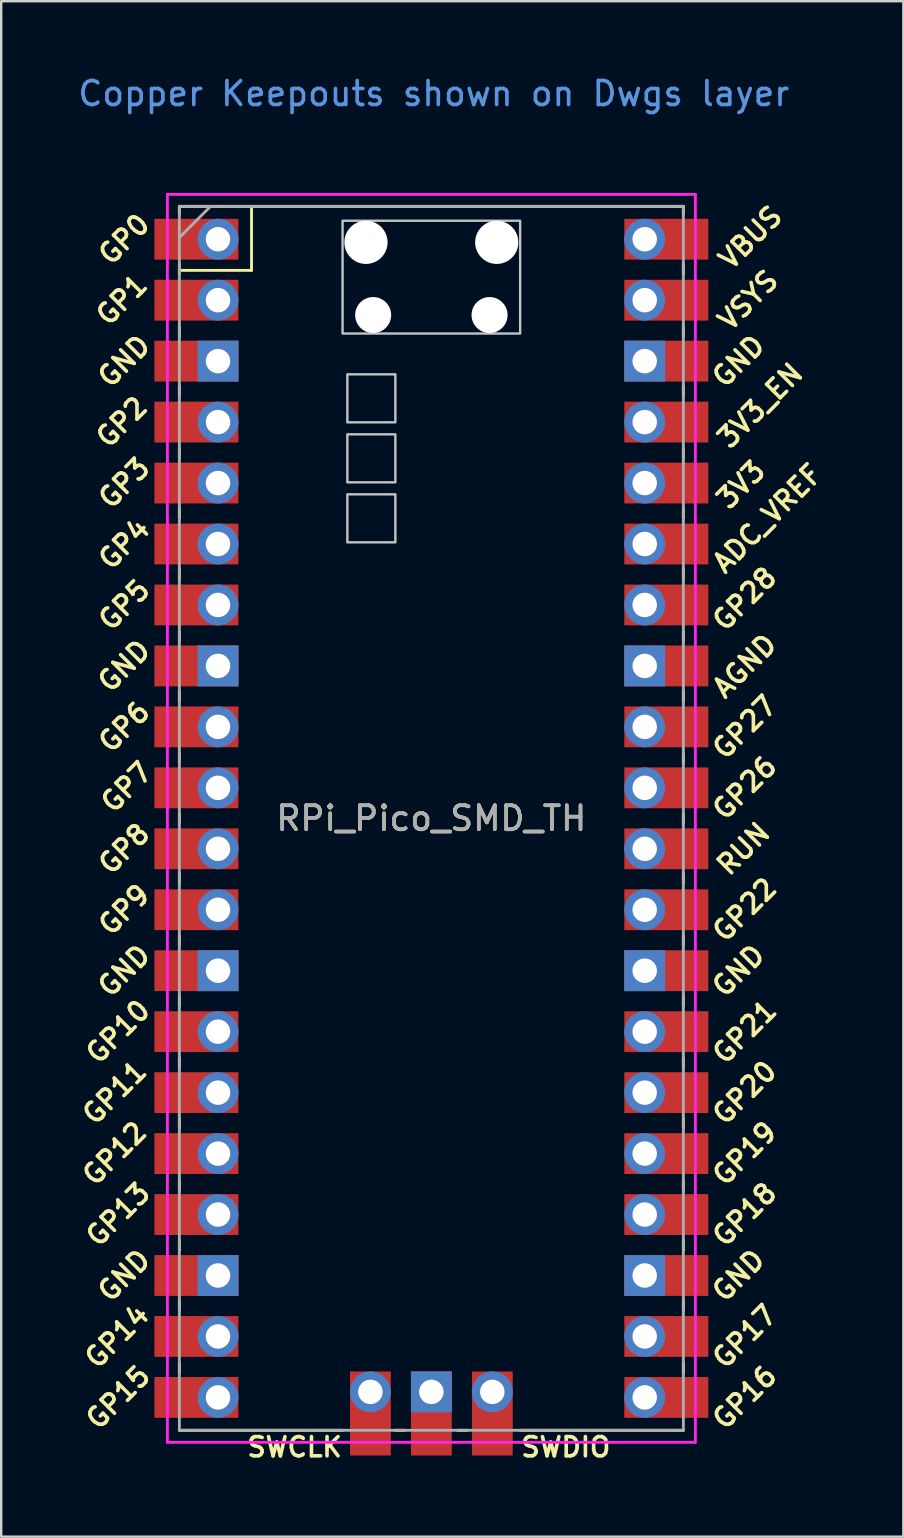
<source format=kicad_pcb>
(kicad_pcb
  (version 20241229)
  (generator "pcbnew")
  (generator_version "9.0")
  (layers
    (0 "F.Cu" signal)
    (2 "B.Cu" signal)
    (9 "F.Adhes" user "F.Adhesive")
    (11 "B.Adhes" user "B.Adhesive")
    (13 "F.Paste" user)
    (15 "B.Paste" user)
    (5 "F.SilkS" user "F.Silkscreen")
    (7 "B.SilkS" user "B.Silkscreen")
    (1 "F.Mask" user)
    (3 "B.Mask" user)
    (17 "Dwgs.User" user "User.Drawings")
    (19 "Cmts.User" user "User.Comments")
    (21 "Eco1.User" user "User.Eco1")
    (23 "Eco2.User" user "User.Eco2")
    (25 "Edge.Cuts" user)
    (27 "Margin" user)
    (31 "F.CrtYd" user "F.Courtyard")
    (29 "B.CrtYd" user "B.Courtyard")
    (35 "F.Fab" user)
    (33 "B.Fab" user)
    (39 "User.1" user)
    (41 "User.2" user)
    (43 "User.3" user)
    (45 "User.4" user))
  (footprint "RPi_Pico_SMD_TH"
    (layer "F.Cu")
    (at 14.924 31.048)
    (property "Reference" "RPi_Pico_SMD_TH" (at 0 0 0) (layer "F.SilkS") (effects (font (size 1 1) (thickness 0.15))))
    (attr through_hole)
    (fp_line (start -10.5 -25.5) (end -10.5 -25.2) (stroke (width 0.12) (type solid)) (layer "F.SilkS"))
    (fp_line (start -10.5 -25.5) (end 10.5 -25.5) (stroke (width 0.12) (type solid)) (layer "F.SilkS"))
    (fp_line (start -10.5 -23.1) (end -10.5 -22.7) (stroke (width 0.12) (type solid)) (layer "F.SilkS"))
    (fp_line (start -10.5 -22.833) (end -7.493 -22.833) (stroke (width 0.12) (type solid)) (layer "F.SilkS"))
    (fp_line (start -10.5 -20.5) (end -10.5 -20.1) (stroke (width 0.12) (type solid)) (layer "F.SilkS"))
    (fp_line (start -10.5 -18) (end -10.5 -17.6) (stroke (width 0.12) (type solid)) (layer "F.SilkS"))
    (fp_line (start -10.5 -15.4) (end -10.5 -15) (stroke (width 0.12) (type solid)) (layer "F.SilkS"))
    (fp_line (start -10.5 -12.9) (end -10.5 -12.5) (stroke (width 0.12) (type solid)) (layer "F.SilkS"))
    (fp_line (start -10.5 -10.4) (end -10.5 -10) (stroke (width 0.12) (type solid)) (layer "F.SilkS"))
    (fp_line (start -10.5 -7.8) (end -10.5 -7.4) (stroke (width 0.12) (type solid)) (layer "F.SilkS"))
    (fp_line (start -10.5 -5.3) (end -10.5 -4.9) (stroke (width 0.12) (type solid)) (layer "F.SilkS"))
    (fp_line (start -10.5 -2.7) (end -10.5 -2.3) (stroke (width 0.12) (type solid)) (layer "F.SilkS"))
    (fp_line (start -10.5 -0.2) (end -10.5 0.2) (stroke (width 0.12) (type solid)) (layer "F.SilkS"))
    (fp_line (start -10.5 2.3) (end -10.5 2.7) (stroke (width 0.12) (type solid)) (layer "F.SilkS"))
    (fp_line (start -10.5 4.9) (end -10.5 5.3) (stroke (width 0.12) (type solid)) (layer "F.SilkS"))
    (fp_line (start -10.5 7.4) (end -10.5 7.8) (stroke (width 0.12) (type solid)) (layer "F.SilkS"))
    (fp_line (start -10.5 10) (end -10.5 10.4) (stroke (width 0.12) (type solid)) (layer "F.SilkS"))
    (fp_line (start -10.5 12.5) (end -10.5 12.9) (stroke (width 0.12) (type solid)) (layer "F.SilkS"))
    (fp_line (start -10.5 15.1) (end -10.5 15.5) (stroke (width 0.12) (type solid)) (layer "F.SilkS"))
    (fp_line (start -10.5 17.6) (end -10.5 18) (stroke (width 0.12) (type solid)) (layer "F.SilkS"))
    (fp_line (start -10.5 20.1) (end -10.5 20.5) (stroke (width 0.12) (type solid)) (layer "F.SilkS"))
    (fp_line (start -10.5 22.7) (end -10.5 23.1) (stroke (width 0.12) (type solid)) (layer "F.SilkS"))
    (fp_line (start -7.493 -22.833) (end -7.493 -25.5) (stroke (width 0.12) (type solid)) (layer "F.SilkS"))
    (fp_line (start -3.7 25.5) (end -10.5 25.5) (stroke (width 0.12) (type solid)) (layer "F.SilkS"))
    (fp_line (start -1.5 25.5) (end -1.1 25.5) (stroke (width 0.12) (type solid)) (layer "F.SilkS"))
    (fp_line (start 1.1 25.5) (end 1.5 25.5) (stroke (width 0.12) (type solid)) (layer "F.SilkS"))
    (fp_line (start 10.5 -25.5) (end 10.5 -25.2) (stroke (width 0.12) (type solid)) (layer "F.SilkS"))
    (fp_line (start 10.5 -23.1) (end 10.5 -22.7) (stroke (width 0.12) (type solid)) (layer "F.SilkS"))
    (fp_line (start 10.5 -20.5) (end 10.5 -20.1) (stroke (width 0.12) (type solid)) (layer "F.SilkS"))
    (fp_line (start 10.5 -18) (end 10.5 -17.6) (stroke (width 0.12) (type solid)) (layer "F.SilkS"))
    (fp_line (start 10.5 -15.4) (end 10.5 -15) (stroke (width 0.12) (type solid)) (layer "F.SilkS"))
    (fp_line (start 10.5 -12.9) (end 10.5 -12.5) (stroke (width 0.12) (type solid)) (layer "F.SilkS"))
    (fp_line (start 10.5 -10.4) (end 10.5 -10) (stroke (width 0.12) (type solid)) (layer "F.SilkS"))
    (fp_line (start 10.5 -7.8) (end 10.5 -7.4) (stroke (width 0.12) (type solid)) (layer "F.SilkS"))
    (fp_line (start 10.5 -5.3) (end 10.5 -4.9) (stroke (width 0.12) (type solid)) (layer "F.SilkS"))
    (fp_line (start 10.5 -2.7) (end 10.5 -2.3) (stroke (width 0.12) (type solid)) (layer "F.SilkS"))
    (fp_line (start 10.5 -0.2) (end 10.5 0.2) (stroke (width 0.12) (type solid)) (layer "F.SilkS"))
    (fp_line (start 10.5 2.3) (end 10.5 2.7) (stroke (width 0.12) (type solid)) (layer "F.SilkS"))
    (fp_line (start 10.5 4.9) (end 10.5 5.3) (stroke (width 0.12) (type solid)) (layer "F.SilkS"))
    (fp_line (start 10.5 7.4) (end 10.5 7.8) (stroke (width 0.12) (type solid)) (layer "F.SilkS"))
    (fp_line (start 10.5 10) (end 10.5 10.4) (stroke (width 0.12) (type solid)) (layer "F.SilkS"))
    (fp_line (start 10.5 12.5) (end 10.5 12.9) (stroke (width 0.12) (type solid)) (layer "F.SilkS"))
    (fp_line (start 10.5 15.1) (end 10.5 15.5) (stroke (width 0.12) (type solid)) (layer "F.SilkS"))
    (fp_line (start 10.5 17.6) (end 10.5 18) (stroke (width 0.12) (type solid)) (layer "F.SilkS"))
    (fp_line (start 10.5 20.1) (end 10.5 20.5) (stroke (width 0.12) (type solid)) (layer "F.SilkS"))
    (fp_line (start 10.5 22.7) (end 10.5 23.1) (stroke (width 0.12) (type solid)) (layer "F.SilkS"))
    (fp_line (start 10.5 25.5) (end 3.7 25.5) (stroke (width 0.12) (type solid)) (layer "F.SilkS"))
    (fp_poly (pts (xy -1.5 -16.5) (xy -3.5 -16.5) (xy -3.5 -18.5) (xy -1.5 -18.5)) (stroke (width 0.1) (type solid)) (fill no) (layer "Dwgs.User"))
    (fp_poly (pts (xy -1.5 -14) (xy -3.5 -14) (xy -3.5 -16) (xy -1.5 -16)) (stroke (width 0.1) (type solid)) (fill no) (layer "Dwgs.User"))
    (fp_poly (pts (xy -1.5 -11.5) (xy -3.5 -11.5) (xy -3.5 -13.5) (xy -1.5 -13.5)) (stroke (width 0.1) (type solid)) (fill no) (layer "Dwgs.User"))
    (fp_poly (pts (xy 3.7 -20.2) (xy -3.7 -20.2) (xy -3.7 -24.9) (xy 3.7 -24.9)) (stroke (width 0.1) (type solid)) (fill no) (layer "Dwgs.User"))
    (fp_line (start -11 -26) (end 11 -26) (stroke (width 0.12) (type solid)) (layer "F.CrtYd"))
    (fp_line (start -11 26) (end -11 -26) (stroke (width 0.12) (type solid)) (layer "F.CrtYd"))
    (fp_line (start 11 -26) (end 11 26) (stroke (width 0.12) (type solid)) (layer "F.CrtYd"))
    (fp_line (start 11 26) (end -11 26) (stroke (width 0.12) (type solid)) (layer "F.CrtYd"))
    (fp_line (start -10.5 -25.5) (end 10.5 -25.5) (stroke (width 0.12) (type solid)) (layer "F.Fab"))
    (fp_line (start -10.5 -24.2) (end -9.2 -25.5) (stroke (width 0.12) (type solid)) (layer "F.Fab"))
    (fp_line (start -10.5 25.5) (end -10.5 -25.5) (stroke (width 0.12) (type solid)) (layer "F.Fab"))
    (fp_line (start 10.5 -25.5) (end 10.5 25.5) (stroke (width 0.12) (type solid)) (layer "F.Fab"))
    (fp_line (start 10.5 25.5) (end -10.5 25.5) (stroke (width 0.12) (type solid)) (layer "F.Fab"))
    (fp_text user "GP11" (at -13.2 11.43 45) (layer "F.SilkS") (effects (font (size 0.8 0.8) (thickness 0.15))))
    (fp_text user "GND" (at 12.8 -19.05 45) (layer "F.SilkS") (effects (font (size 0.8 0.8) (thickness 0.15))))
    (fp_text user "GP19" (at 13.054 13.97 45) (layer "F.SilkS") (effects (font (size 0.8 0.8) (thickness 0.15))))
    (fp_text user "GP27" (at 13.054 -3.8 45) (layer "F.SilkS") (effects (font (size 0.8 0.8) (thickness 0.15))))
    (fp_text user "GND" (at -12.8 19.05 45) (layer "F.SilkS") (effects (font (size 0.8 0.8) (thickness 0.15))))
    (fp_text user "GP12" (at -13.2 13.97 45) (layer "F.SilkS") (effects (font (size 0.8 0.8) (thickness 0.15))))
    (fp_text user "GP13" (at -13.054 16.51 45) (layer "F.SilkS") (effects (font (size 0.8 0.8) (thickness 0.15))))
    (fp_text user "GP15" (at -13.054 24.13 45) (layer "F.SilkS") (effects (font (size 0.8 0.8) (thickness 0.15))))
    (fp_text user "GND" (at 12.8 19.05 45) (layer "F.SilkS") (effects (font (size 0.8 0.8) (thickness 0.15))))
    (fp_text user "GND" (at -12.8 -6.35 45) (layer "F.SilkS") (effects (font (size 0.8 0.8) (thickness 0.15))))
    (fp_text user "3V3_EN" (at 13.7 -17.2 45) (layer "F.SilkS") (effects (font (size 0.8 0.8) (thickness 0.15))))
    (fp_text user "GP9" (at -12.8 3.81 45) (layer "F.SilkS") (effects (font (size 0.8 0.8) (thickness 0.15))))
    (fp_text user "GP14" (at -13.1 21.59 45) (layer "F.SilkS") (effects (font (size 0.8 0.8) (thickness 0.15))))
    (fp_text user "3V3" (at 12.9 -13.9 45) (layer "F.SilkS") (effects (font (size 0.8 0.8) (thickness 0.15))))
    (fp_text user "GP4" (at -12.8 -11.43 45) (layer "F.SilkS") (effects (font (size 0.8 0.8) (thickness 0.15))))
    (fp_text user "GP18" (at 13.054 16.51 45) (layer "F.SilkS") (effects (font (size 0.8 0.8) (thickness 0.15))))
    (fp_text user "GP1" (at -12.9 -21.6 45) (layer "F.SilkS") (effects (font (size 0.8 0.8) (thickness 0.15))))
    (fp_text user "VBUS" (at 13.3 -24.2 45) (layer "F.SilkS") (effects (font (size 0.8 0.8) (thickness 0.15))))
    (fp_text user "VSYS" (at 13.2 -21.59 45) (layer "F.SilkS") (effects (font (size 0.8 0.8) (thickness 0.15))))
    (fp_text user "GP6" (at -12.8 -3.81 45) (layer "F.SilkS") (effects (font (size 0.8 0.8) (thickness 0.15))))
    (fp_text user "GND" (at -12.8 6.35 45) (layer "F.SilkS") (effects (font (size 0.8 0.8) (thickness 0.15))))
    (fp_text user "SWCLK" (at -5.7 26.2 0) (layer "F.SilkS") (effects (font (size 0.8 0.8) (thickness 0.15))))
    (fp_text user "GP28" (at 13.054 -9.144 45) (layer "F.SilkS") (effects (font (size 0.8 0.8) (thickness 0.15))))
    (fp_text user "GND" (at -12.8 -19.05 45) (layer "F.SilkS") (effects (font (size 0.8 0.8) (thickness 0.15))))
    (fp_text user "SWDIO" (at 5.6 26.2 0) (layer "F.SilkS") (effects (font (size 0.8 0.8) (thickness 0.15))))
    (fp_text user "RUN" (at 13 1.27 45) (layer "F.SilkS") (effects (font (size 0.8 0.8) (thickness 0.15))))
    (fp_text user "GP20" (at 13.054 11.43 45) (layer "F.SilkS") (effects (font (size 0.8 0.8) (thickness 0.15))))
    (fp_text user "GP16" (at 13.054 24.13 45) (layer "F.SilkS") (effects (font (size 0.8 0.8) (thickness 0.15))))
    (fp_text user "GP21" (at 13.054 8.9 45) (layer "F.SilkS") (effects (font (size 0.8 0.8) (thickness 0.15))))
    (fp_text user "GP5" (at -12.8 -8.89 45) (layer "F.SilkS") (effects (font (size 0.8 0.8) (thickness 0.15))))
    (fp_text user "GP0" (at -12.8 -24.13 45) (layer "F.SilkS") (effects (font (size 0.8 0.8) (thickness 0.15))))
    (fp_text user "GP8" (at -12.8 1.27 45) (layer "F.SilkS") (effects (font (size 0.8 0.8) (thickness 0.15))))
    (fp_text user "GND" (at 12.8 6.35 45) (layer "F.SilkS") (effects (font (size 0.8 0.8) (thickness 0.15))))
    (fp_text user "AGND" (at 13.054 -6.35 45) (layer "F.SilkS") (effects (font (size 0.8 0.8) (thickness 0.15))))
    (fp_text user "GP7" (at -12.7 -1.3 45) (layer "F.SilkS") (effects (font (size 0.8 0.8) (thickness 0.15))))
    (fp_text user "GP10" (at -13.054 8.89 45) (layer "F.SilkS") (effects (font (size 0.8 0.8) (thickness 0.15))))
    (fp_text user "ADC_VREF" (at 14 -12.5 45) (layer "F.SilkS") (effects (font (size 0.8 0.8) (thickness 0.15))))
    (fp_text user "GP2" (at -12.9 -16.51 45) (layer "F.SilkS") (effects (font (size 0.8 0.8) (thickness 0.15))))
    (fp_text user "GP22" (at 13.054 3.81 45) (layer "F.SilkS") (effects (font (size 0.8 0.8) (thickness 0.15))))
    (fp_text user "GP26" (at 13.054 -1.27 45) (layer "F.SilkS") (effects (font (size 0.8 0.8) (thickness 0.15))))
    (fp_text user "GP17" (at 13.054 21.59 45) (layer "F.SilkS") (effects (font (size 0.8 0.8) (thickness 0.15))))
    (fp_text user "GP3" (at -12.8 -13.97 45) (layer "F.SilkS") (effects (font (size 0.8 0.8) (thickness 0.15))))
    (fp_text user "Copper Keepouts shown on Dwgs layer" (at 0.1 -30.2 0) (layer "Cmts.User") (effects (font (size 1 1) (thickness 0.15))))
    (fp_text user "${REFERENCE}" (at 0 0 180) (layer "F.Fab") (effects (font (size 1 1) (thickness 0.15))))
    (pad "" np_thru_hole oval (at -2.725 -24) (size 1.8 1.8) (drill 1.8) (layers "*.Cu" "*.Mask"))
    (pad "" np_thru_hole oval (at -2.425 -20.97) (size 1.5 1.5) (drill 1.5) (layers "*.Cu" "*.Mask"))
    (pad "" np_thru_hole oval (at 2.425 -20.97) (size 1.5 1.5) (drill 1.5) (layers "*.Cu" "*.Mask"))
    (pad "" np_thru_hole oval (at 2.725 -24) (size 1.8 1.8) (drill 1.8) (layers "*.Cu" "*.Mask"))
    (pad "1" thru_hole oval (at -8.89 -24.13) (size 1.7 1.7) (drill 1.02) (layers "*.Cu" "*.Mask"))
    (pad "1" smd rect (at -8.89 -24.13) (size 3.5 1.7) (drill (offset -0.9 0)) (layers "F.Cu" "F.Mask"))
    (pad "2" thru_hole oval (at -8.89 -21.59) (size 1.7 1.7) (drill 1.02) (layers "*.Cu" "*.Mask"))
    (pad "2" smd rect (at -8.89 -21.59) (size 3.5 1.7) (drill (offset -0.9 0)) (layers "F.Cu" "F.Mask"))
    (pad "3" thru_hole rect (at -8.89 -19.05) (size 1.7 1.7) (drill 1.02) (layers "*.Cu" "*.Mask"))
    (pad "3" smd rect (at -8.89 -19.05) (size 3.5 1.7) (drill (offset -0.9 0)) (layers "F.Cu" "F.Mask"))
    (pad "4" thru_hole oval (at -8.89 -16.51) (size 1.7 1.7) (drill 1.02) (layers "*.Cu" "*.Mask"))
    (pad "4" smd rect (at -8.89 -16.51) (size 3.5 1.7) (drill (offset -0.9 0)) (layers "F.Cu" "F.Mask"))
    (pad "5" thru_hole oval (at -8.89 -13.97) (size 1.7 1.7) (drill 1.02) (layers "*.Cu" "*.Mask"))
    (pad "5" smd rect (at -8.89 -13.97) (size 3.5 1.7) (drill (offset -0.9 0)) (layers "F.Cu" "F.Mask"))
    (pad "6" thru_hole oval (at -8.89 -11.43) (size 1.7 1.7) (drill 1.02) (layers "*.Cu" "*.Mask"))
    (pad "6" smd rect (at -8.89 -11.43) (size 3.5 1.7) (drill (offset -0.9 0)) (layers "F.Cu" "F.Mask"))
    (pad "7" thru_hole oval (at -8.89 -8.89) (size 1.7 1.7) (drill 1.02) (layers "*.Cu" "*.Mask"))
    (pad "7" smd rect (at -8.89 -8.89) (size 3.5 1.7) (drill (offset -0.9 0)) (layers "F.Cu" "F.Mask"))
    (pad "8" thru_hole rect (at -8.89 -6.35) (size 1.7 1.7) (drill 1.02) (layers "*.Cu" "*.Mask"))
    (pad "8" smd rect (at -8.89 -6.35) (size 3.5 1.7) (drill (offset -0.9 0)) (layers "F.Cu" "F.Mask"))
    (pad "9" thru_hole oval (at -8.89 -3.81) (size 1.7 1.7) (drill 1.02) (layers "*.Cu" "*.Mask"))
    (pad "9" smd rect (at -8.89 -3.81) (size 3.5 1.7) (drill (offset -0.9 0)) (layers "F.Cu" "F.Mask"))
    (pad "10" thru_hole oval (at -8.89 -1.27) (size 1.7 1.7) (drill 1.02) (layers "*.Cu" "*.Mask"))
    (pad "10" smd rect (at -8.89 -1.27) (size 3.5 1.7) (drill (offset -0.9 0)) (layers "F.Cu" "F.Mask"))
    (pad "11" thru_hole oval (at -8.89 1.27) (size 1.7 1.7) (drill 1.02) (layers "*.Cu" "*.Mask"))
    (pad "11" smd rect (at -8.89 1.27) (size 3.5 1.7) (drill (offset -0.9 0)) (layers "F.Cu" "F.Mask"))
    (pad "12" thru_hole oval (at -8.89 3.81) (size 1.7 1.7) (drill 1.02) (layers "*.Cu" "*.Mask"))
    (pad "12" smd rect (at -8.89 3.81) (size 3.5 1.7) (drill (offset -0.9 0)) (layers "F.Cu" "F.Mask"))
    (pad "13" thru_hole rect (at -8.89 6.35) (size 1.7 1.7) (drill 1.02) (layers "*.Cu" "*.Mask"))
    (pad "13" smd rect (at -8.89 6.35) (size 3.5 1.7) (drill (offset -0.9 0)) (layers "F.Cu" "F.Mask"))
    (pad "14" thru_hole oval (at -8.89 8.89) (size 1.7 1.7) (drill 1.02) (layers "*.Cu" "*.Mask"))
    (pad "14" smd rect (at -8.89 8.89) (size 3.5 1.7) (drill (offset -0.9 0)) (layers "F.Cu" "F.Mask"))
    (pad "15" thru_hole oval (at -8.89 11.43) (size 1.7 1.7) (drill 1.02) (layers "*.Cu" "*.Mask"))
    (pad "15" smd rect (at -8.89 11.43) (size 3.5 1.7) (drill (offset -0.9 0)) (layers "F.Cu" "F.Mask"))
    (pad "16" thru_hole oval (at -8.89 13.97) (size 1.7 1.7) (drill 1.02) (layers "*.Cu" "*.Mask"))
    (pad "16" smd rect (at -8.89 13.97) (size 3.5 1.7) (drill (offset -0.9 0)) (layers "F.Cu" "F.Mask"))
    (pad "17" thru_hole oval (at -8.89 16.51) (size 1.7 1.7) (drill 1.02) (layers "*.Cu" "*.Mask"))
    (pad "17" smd rect (at -8.89 16.51) (size 3.5 1.7) (drill (offset -0.9 0)) (layers "F.Cu" "F.Mask"))
    (pad "18" thru_hole rect (at -8.89 19.05) (size 1.7 1.7) (drill 1.02) (layers "*.Cu" "*.Mask"))
    (pad "18" smd rect (at -8.89 19.05) (size 3.5 1.7) (drill (offset -0.9 0)) (layers "F.Cu" "F.Mask"))
    (pad "19" thru_hole oval (at -8.89 21.59) (size 1.7 1.7) (drill 1.02) (layers "*.Cu" "*.Mask"))
    (pad "19" smd rect (at -8.89 21.59) (size 3.5 1.7) (drill (offset -0.9 0)) (layers "F.Cu" "F.Mask"))
    (pad "20" thru_hole oval (at -8.89 24.13) (size 1.7 1.7) (drill 1.02) (layers "*.Cu" "*.Mask"))
    (pad "20" smd rect (at -8.89 24.13) (size 3.5 1.7) (drill (offset -0.9 0)) (layers "F.Cu" "F.Mask"))
    (pad "21" thru_hole oval (at 8.89 24.13) (size 1.7 1.7) (drill 1.02) (layers "*.Cu" "*.Mask"))
    (pad "21" smd rect (at 8.89 24.13) (size 3.5 1.7) (drill (offset 0.9 0)) (layers "F.Cu" "F.Mask"))
    (pad "22" thru_hole oval (at 8.89 21.59) (size 1.7 1.7) (drill 1.02) (layers "*.Cu" "*.Mask"))
    (pad "22" smd rect (at 8.89 21.59) (size 3.5 1.7) (drill (offset 0.9 0)) (layers "F.Cu" "F.Mask"))
    (pad "23" thru_hole rect (at 8.89 19.05) (size 1.7 1.7) (drill 1.02) (layers "*.Cu" "*.Mask"))
    (pad "23" smd rect (at 8.89 19.05) (size 3.5 1.7) (drill (offset 0.9 0)) (layers "F.Cu" "F.Mask"))
    (pad "24" thru_hole oval (at 8.89 16.51) (size 1.7 1.7) (drill 1.02) (layers "*.Cu" "*.Mask"))
    (pad "24" smd rect (at 8.89 16.51) (size 3.5 1.7) (drill (offset 0.9 0)) (layers "F.Cu" "F.Mask"))
    (pad "25" thru_hole oval (at 8.89 13.97) (size 1.7 1.7) (drill 1.02) (layers "*.Cu" "*.Mask"))
    (pad "25" smd rect (at 8.89 13.97) (size 3.5 1.7) (drill (offset 0.9 0)) (layers "F.Cu" "F.Mask"))
    (pad "26" thru_hole oval (at 8.89 11.43) (size 1.7 1.7) (drill 1.02) (layers "*.Cu" "*.Mask"))
    (pad "26" smd rect (at 8.89 11.43) (size 3.5 1.7) (drill (offset 0.9 0)) (layers "F.Cu" "F.Mask"))
    (pad "27" thru_hole oval (at 8.89 8.89) (size 1.7 1.7) (drill 1.02) (layers "*.Cu" "*.Mask"))
    (pad "27" smd rect (at 8.89 8.89) (size 3.5 1.7) (drill (offset 0.9 0)) (layers "F.Cu" "F.Mask"))
    (pad "28" thru_hole rect (at 8.89 6.35) (size 1.7 1.7) (drill 1.02) (layers "*.Cu" "*.Mask"))
    (pad "28" smd rect (at 8.89 6.35) (size 3.5 1.7) (drill (offset 0.9 0)) (layers "F.Cu" "F.Mask"))
    (pad "29" thru_hole oval (at 8.89 3.81) (size 1.7 1.7) (drill 1.02) (layers "*.Cu" "*.Mask"))
    (pad "29" smd rect (at 8.89 3.81) (size 3.5 1.7) (drill (offset 0.9 0)) (layers "F.Cu" "F.Mask"))
    (pad "30" thru_hole oval (at 8.89 1.27) (size 1.7 1.7) (drill 1.02) (layers "*.Cu" "*.Mask"))
    (pad "30" smd rect (at 8.89 1.27) (size 3.5 1.7) (drill (offset 0.9 0)) (layers "F.Cu" "F.Mask"))
    (pad "31" thru_hole oval (at 8.89 -1.27) (size 1.7 1.7) (drill 1.02) (layers "*.Cu" "*.Mask"))
    (pad "31" smd rect (at 8.89 -1.27) (size 3.5 1.7) (drill (offset 0.9 0)) (layers "F.Cu" "F.Mask"))
    (pad "32" thru_hole oval (at 8.89 -3.81) (size 1.7 1.7) (drill 1.02) (layers "*.Cu" "*.Mask"))
    (pad "32" smd rect (at 8.89 -3.81) (size 3.5 1.7) (drill (offset 0.9 0)) (layers "F.Cu" "F.Mask"))
    (pad "33" thru_hole rect (at 8.89 -6.35) (size 1.7 1.7) (drill 1.02) (layers "*.Cu" "*.Mask"))
    (pad "33" smd rect (at 8.89 -6.35) (size 3.5 1.7) (drill (offset 0.9 0)) (layers "F.Cu" "F.Mask"))
    (pad "34" thru_hole oval (at 8.89 -8.89) (size 1.7 1.7) (drill 1.02) (layers "*.Cu" "*.Mask"))
    (pad "34" smd rect (at 8.89 -8.89) (size 3.5 1.7) (drill (offset 0.9 0)) (layers "F.Cu" "F.Mask"))
    (pad "35" thru_hole oval (at 8.89 -11.43) (size 1.7 1.7) (drill 1.02) (layers "*.Cu" "*.Mask"))
    (pad "35" smd rect (at 8.89 -11.43) (size 3.5 1.7) (drill (offset 0.9 0)) (layers "F.Cu" "F.Mask"))
    (pad "36" thru_hole oval (at 8.89 -13.97) (size 1.7 1.7) (drill 1.02) (layers "*.Cu" "*.Mask"))
    (pad "36" smd rect (at 8.89 -13.97) (size 3.5 1.7) (drill (offset 0.9 0)) (layers "F.Cu" "F.Mask"))
    (pad "37" thru_hole oval (at 8.89 -16.51) (size 1.7 1.7) (drill 1.02) (layers "*.Cu" "*.Mask"))
    (pad "37" smd rect (at 8.89 -16.51) (size 3.5 1.7) (drill (offset 0.9 0)) (layers "F.Cu" "F.Mask"))
    (pad "38" thru_hole rect (at 8.89 -19.05) (size 1.7 1.7) (drill 1.02) (layers "*.Cu" "*.Mask"))
    (pad "38" smd rect (at 8.89 -19.05) (size 3.5 1.7) (drill (offset 0.9 0)) (layers "F.Cu" "F.Mask"))
    (pad "39" thru_hole oval (at 8.89 -21.59) (size 1.7 1.7) (drill 1.02) (layers "*.Cu" "*.Mask"))
    (pad "39" smd rect (at 8.89 -21.59) (size 3.5 1.7) (drill (offset 0.9 0)) (layers "F.Cu" "F.Mask"))
    (pad "40" thru_hole oval (at 8.89 -24.13) (size 1.7 1.7) (drill 1.02) (layers "*.Cu" "*.Mask"))
    (pad "40" smd rect (at 8.89 -24.13) (size 3.5 1.7) (drill (offset 0.9 0)) (layers "F.Cu" "F.Mask"))
    (pad "41" thru_hole oval (at -2.54 23.9) (size 1.7 1.7) (drill 1.02) (layers "*.Cu" "*.Mask"))
    (pad "41" smd rect (at -2.54 23.9 90) (size 3.5 1.7) (drill (offset -0.9 0)) (layers "F.Cu" "F.Mask"))
    (pad "42" thru_hole rect (at 0 23.9) (size 1.7 1.7) (drill 1.02) (layers "*.Cu" "*.Mask"))
    (pad "42" smd rect (at 0 23.9 90) (size 3.5 1.7) (drill (offset -0.9 0)) (layers "F.Cu" "F.Mask"))
    (pad "43" thru_hole oval (at 2.54 23.9) (size 1.7 1.7) (drill 1.02) (layers "*.Cu" "*.Mask"))
    (pad "43" smd rect (at 2.54 23.9 90) (size 3.5 1.7) (drill (offset -0.9 0)) (layers "F.Cu" "F.Mask")))
  (gr_rect
    (start -3 -3)
    (end 34.591 60.98)
    (stroke (width 0.1) (type default))
    (fill no)
    (layer "Edge.Cuts")))
</source>
